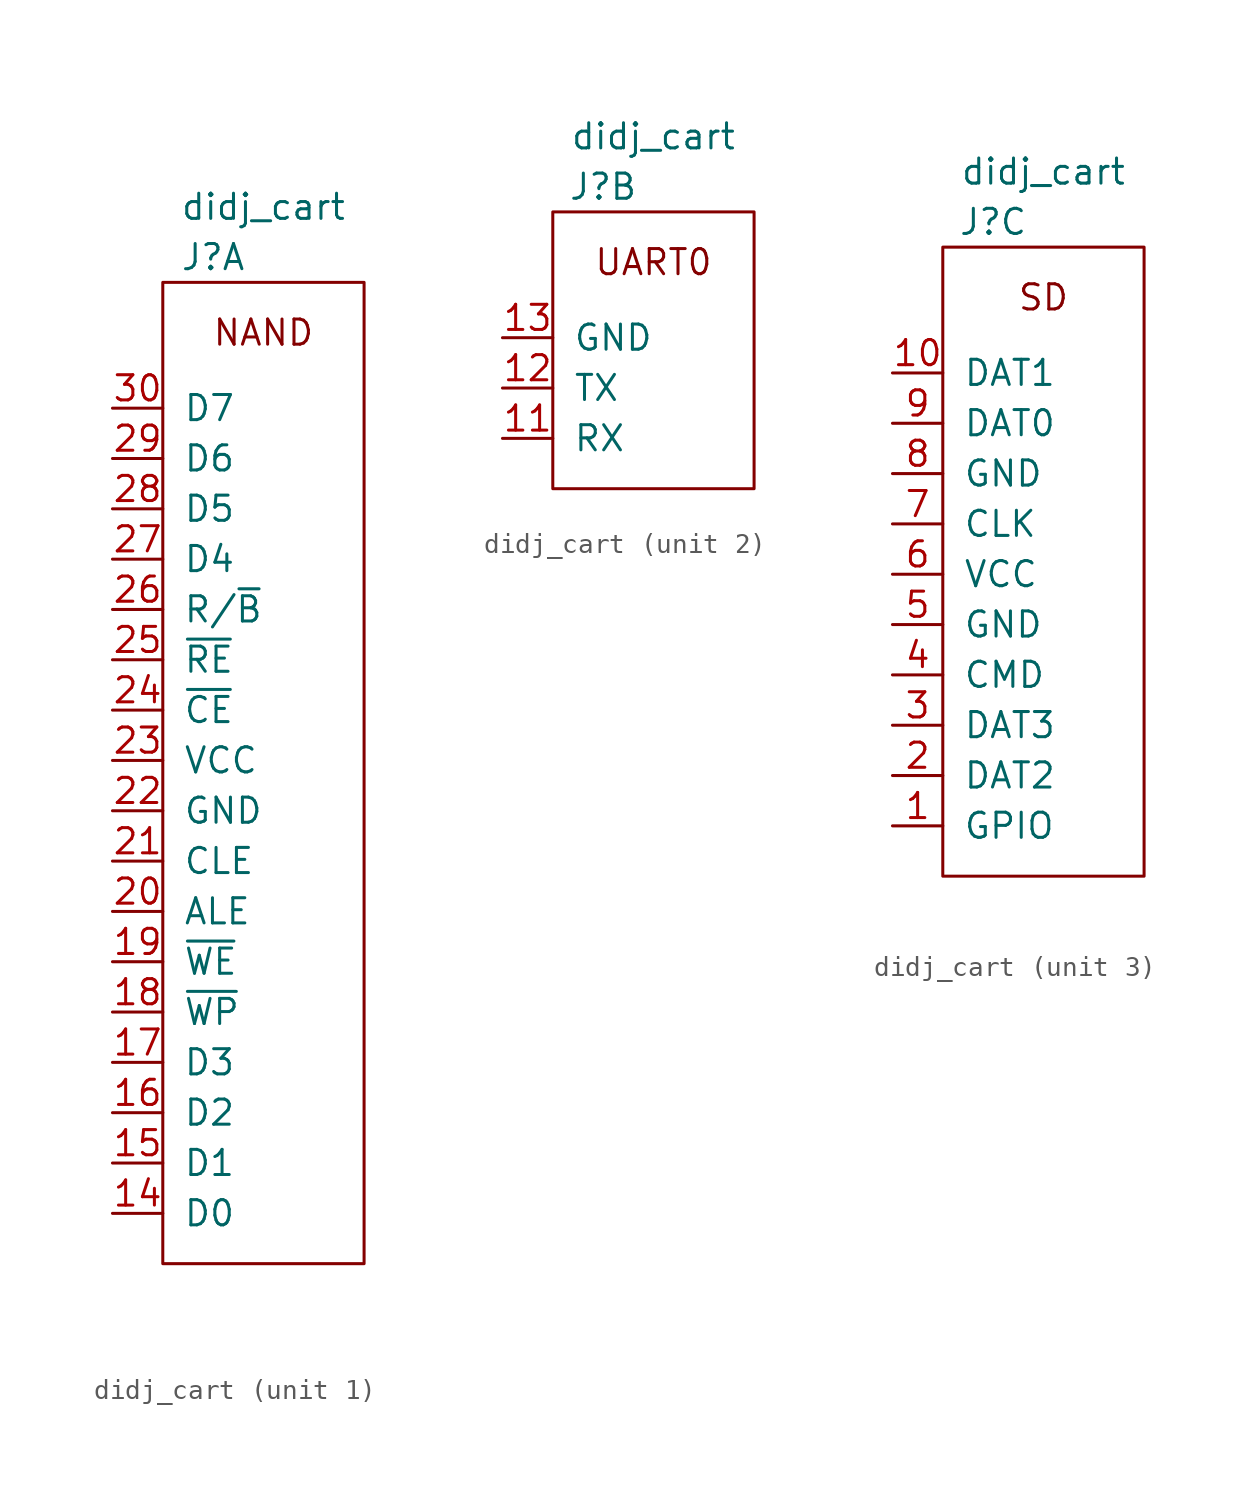
<source format=kicad_sym>
(kicad_symbol_lib
  (version 20220914)
  (generator kicad_symbol_editor)
  (symbol "didj_cart"
    (pin_names
      (offset 1.016))
    (property "Reference" "J"
      (at -2.54 25.4 0)
      (effects (font (size 1.27 1.27))))
    (property "Value" "didj_cart"
      (at 0 27.94 0)
      (effects (font (size 1.27 1.27))))
    (property "ki_locked" ""
      (at 0 0 0)
      (effects (font (size 1.27 1.27))))
    (symbol "didj_cart_1_0"
      (rectangle (start -5.08 24.13) (end 5.08 -25.4) (stroke (width 0) (type solid)) (fill (type none)))
      (text "NAND" (at 0 21.59 0) (effects (font (size 1.27 1.27)))))
    (symbol "didj_cart_1_1"
      (pin bidirectional line (at -7.62 -22.86 0) (length 2.54) (name "D0" (effects (font (size 1.27 1.27)))) (number "14" (effects (font (size 1.27 1.27)))))
      (pin bidirectional line (at -7.62 -20.32 0) (length 2.54) (name "D1" (effects (font (size 1.27 1.27)))) (number "15" (effects (font (size 1.27 1.27)))))
      (pin bidirectional line (at -7.62 -17.78 0) (length 2.54) (name "D2" (effects (font (size 1.27 1.27)))) (number "16" (effects (font (size 1.27 1.27)))))
      (pin bidirectional line (at -7.62 -15.24 0) (length 2.54) (name "D3" (effects (font (size 1.27 1.27)))) (number "17" (effects (font (size 1.27 1.27)))))
      (pin output line (at -7.62 -12.7 0) (length 2.54) (name "~{WP}" (effects (font (size 1.27 1.27)))) (number "18" (effects (font (size 1.27 1.27)))))
      (pin output line (at -7.62 -10.16 0) (length 2.54) (name "~{WE}" (effects (font (size 1.27 1.27)))) (number "19" (effects (font (size 1.27 1.27)))))
      (pin output line (at -7.62 -7.62 0) (length 2.54) (name "ALE" (effects (font (size 1.27 1.27)))) (number "20" (effects (font (size 1.27 1.27)))))
      (pin output line (at -7.62 -5.08 0) (length 2.54) (name "CLE" (effects (font (size 1.27 1.27)))) (number "21" (effects (font (size 1.27 1.27)))))
      (pin power_out line (at -7.62 -2.54 0) (length 2.54) (name "GND" (effects (font (size 1.27 1.27)))) (number "22" (effects (font (size 1.27 1.27)))))
      (pin power_out line (at -7.62 0 0) (length 2.54) (name "VCC" (effects (font (size 1.27 1.27)))) (number "23" (effects (font (size 1.27 1.27)))))
      (pin output line (at -7.62 2.54 0) (length 2.54) (name "~{CE}" (effects (font (size 1.27 1.27)))) (number "24" (effects (font (size 1.27 1.27)))))
      (pin output line (at -7.62 5.08 0) (length 2.54) (name "~{RE}" (effects (font (size 1.27 1.27)))) (number "25" (effects (font (size 1.27 1.27)))))
      (pin input line (at -7.62 7.62 0) (length 2.54) (name "R/~{B}" (effects (font (size 1.27 1.27)))) (number "26" (effects (font (size 1.27 1.27)))))
      (pin bidirectional line (at -7.62 10.16 0) (length 2.54) (name "D4" (effects (font (size 1.27 1.27)))) (number "27" (effects (font (size 1.27 1.27)))))
      (pin bidirectional line (at -7.62 12.7 0) (length 2.54) (name "D5" (effects (font (size 1.27 1.27)))) (number "28" (effects (font (size 1.27 1.27)))))
      (pin bidirectional line (at -7.62 15.24 0) (length 2.54) (name "D6" (effects (font (size 1.27 1.27)))) (number "29" (effects (font (size 1.27 1.27)))))
      (pin bidirectional line (at -7.62 17.78 0) (length 2.54) (name "D7" (effects (font (size 1.27 1.27)))) (number "30" (effects (font (size 1.27 1.27))))))
    (symbol "didj_cart_2_0"
      (text "UART0" (at 0 21.59 0) (effects (font (size 1.27 1.27)))))
    (symbol "didj_cart_2_1"
      (rectangle (start -5.08 24.13) (end 5.08 10.16) (stroke (width 0) (type solid)) (fill (type none)))
      (pin input line (at -7.62 12.7 0) (length 2.54) (name "RX" (effects (font (size 1.27 1.27)))) (number "11" (effects (font (size 1.27 1.27)))))
      (pin output line (at -7.62 15.24 0) (length 2.54) (name "TX" (effects (font (size 1.27 1.27)))) (number "12" (effects (font (size 1.27 1.27)))))
      (pin power_out line (at -7.62 17.78 0) (length 2.54) (name "GND" (effects (font (size 1.27 1.27)))) (number "13" (effects (font (size 1.27 1.27))))))
    (symbol "didj_cart_3_0"
      (rectangle (start -5.08 24.13) (end 5.08 -7.62) (stroke (width 0) (type solid)) (fill (type none)))
      (text "SD" (at 0 21.59 0) (effects (font (size 1.27 1.27)))))
    (symbol "didj_cart_3_1"
      (pin input line (at -7.62 -5.08 0) (length 2.54) (name "GPIO" (effects (font (size 1.27 1.27)))) (number "1" (effects (font (size 1.27 1.27)))))
      (pin bidirectional line (at -7.62 17.78 0) (length 2.54) (name "DAT1" (effects (font (size 1.27 1.27)))) (number "10" (effects (font (size 1.27 1.27)))))
      (pin bidirectional line (at -7.62 -2.54 0) (length 2.54) (name "DAT2" (effects (font (size 1.27 1.27)))) (number "2" (effects (font (size 1.27 1.27)))))
      (pin bidirectional line (at -7.62 0 0) (length 2.54) (name "DAT3" (effects (font (size 1.27 1.27)))) (number "3" (effects (font (size 1.27 1.27)))))
      (pin output line (at -7.62 2.54 0) (length 2.54) (name "CMD" (effects (font (size 1.27 1.27)))) (number "4" (effects (font (size 1.27 1.27)))))
      (pin power_out line (at -7.62 5.08 0) (length 2.54) (name "GND" (effects (font (size 1.27 1.27)))) (number "5" (effects (font (size 1.27 1.27)))))
      (pin power_out line (at -7.62 7.62 0) (length 2.54) (name "VCC" (effects (font (size 1.27 1.27)))) (number "6" (effects (font (size 1.27 1.27)))))
      (pin output line (at -7.62 10.16 0) (length 2.54) (name "CLK" (effects (font (size 1.27 1.27)))) (number "7" (effects (font (size 1.27 1.27)))))
      (pin power_out line (at -7.62 12.7 0) (length 2.54) (name "GND" (effects (font (size 1.27 1.27)))) (number "8" (effects (font (size 1.27 1.27)))))
      (pin bidirectional line (at -7.62 15.24 0) (length 2.54) (name "DAT0" (effects (font (size 1.27 1.27)))) (number "9" (effects (font (size 1.27 1.27))))))))
</source>
